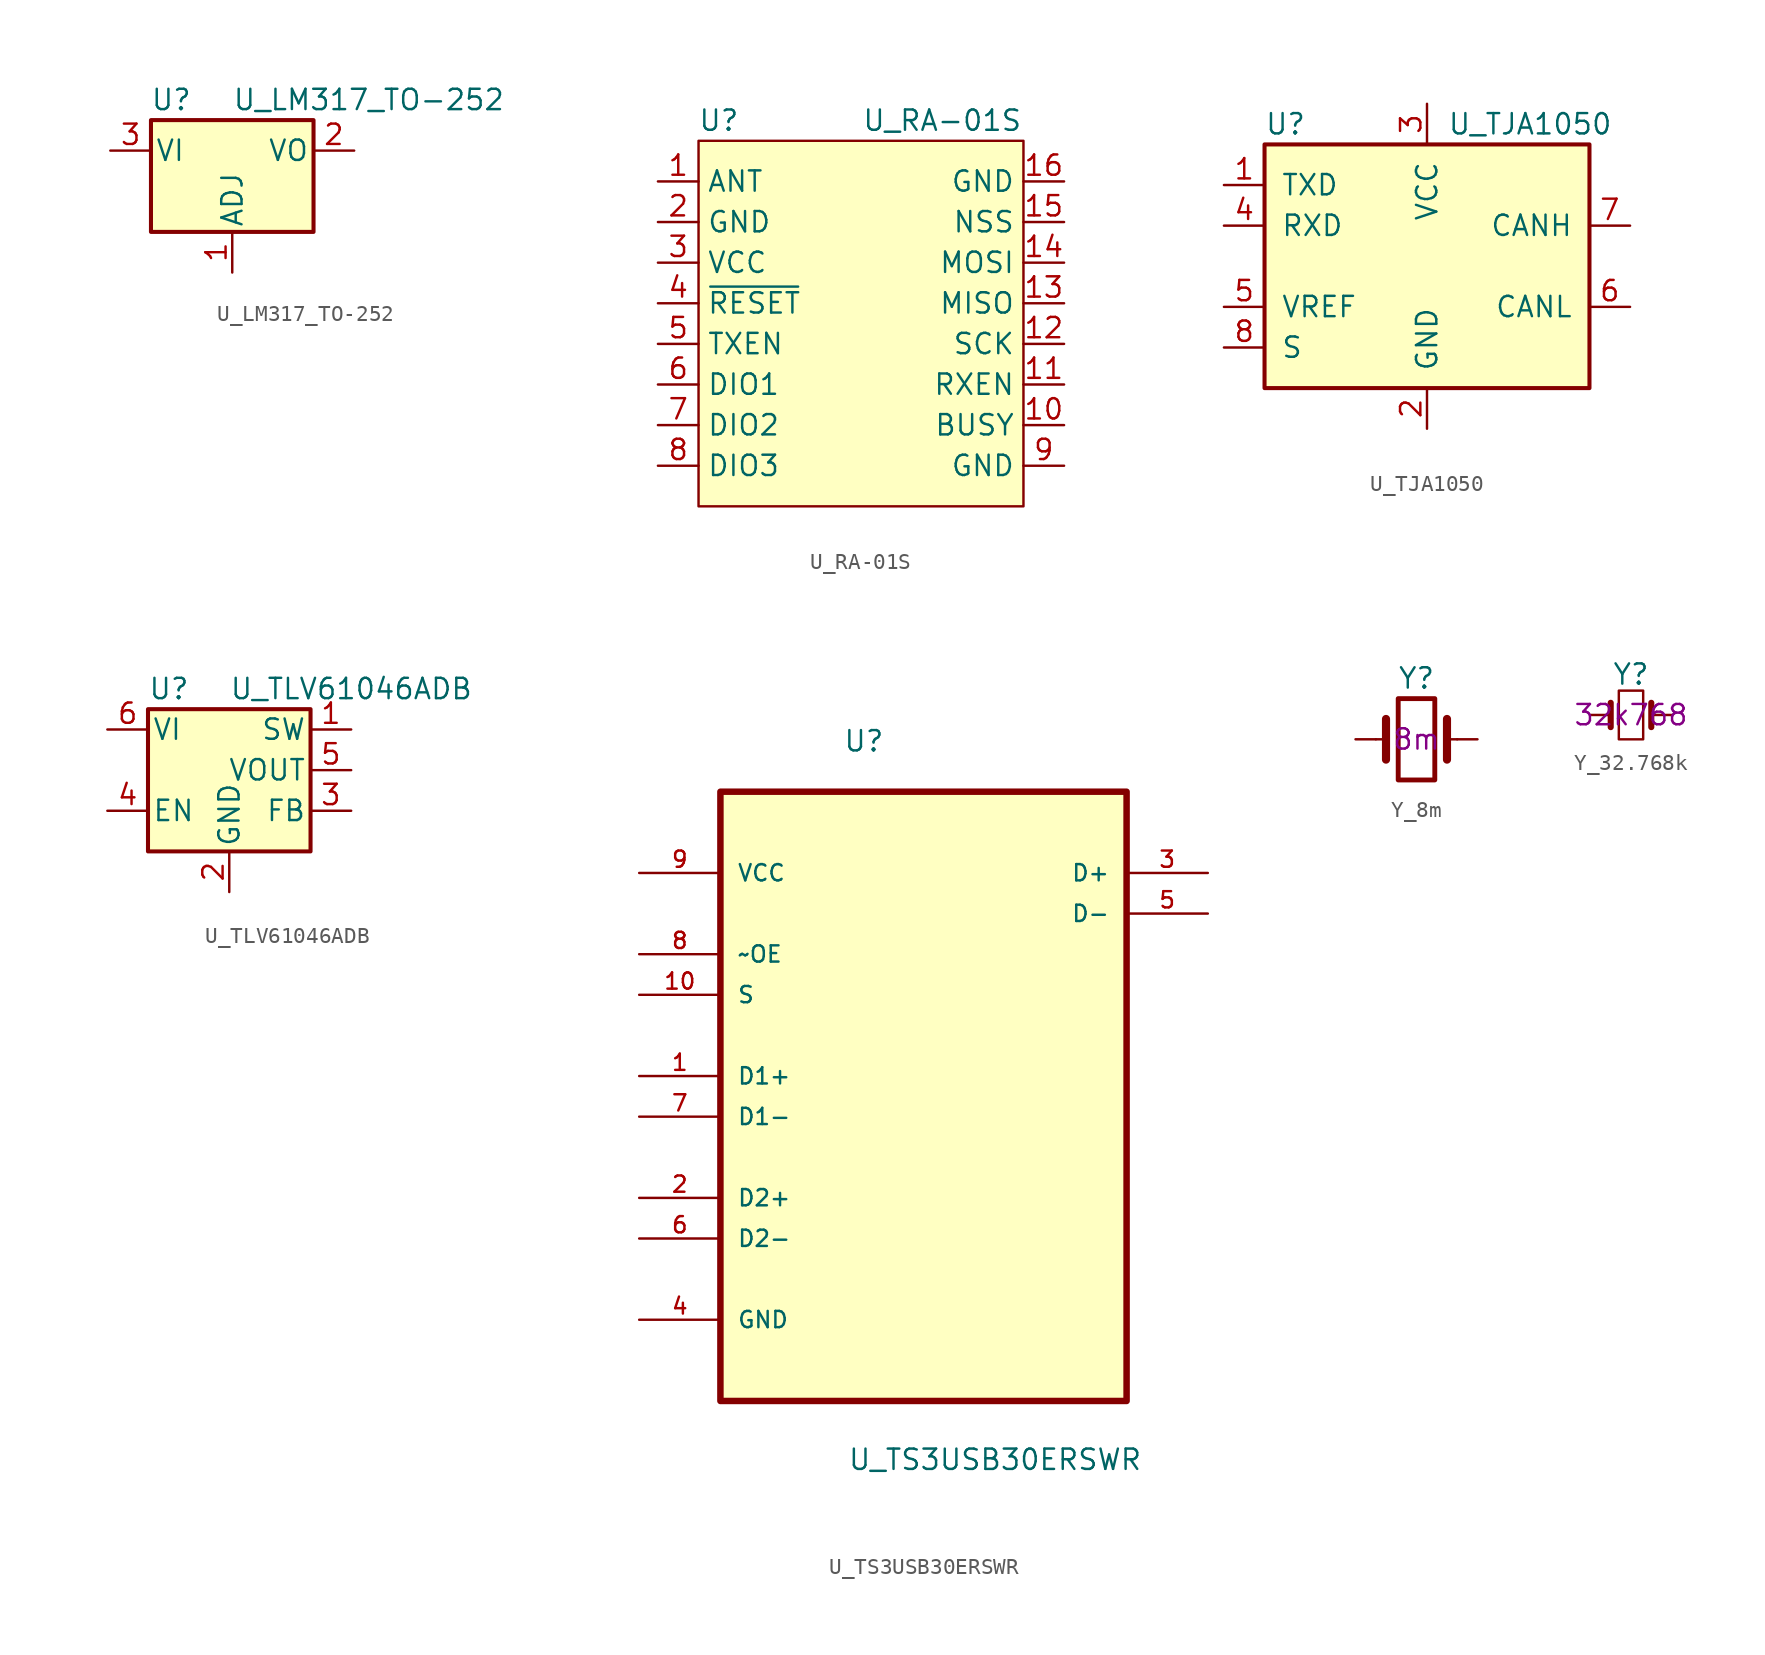
<source format=kicad_sym>
(kicad_symbol_lib
  (version 20211014)
  (generator kicad_symbol_editor)
  (symbol "U_LM317_TO-252"
    (pin_names
      (offset 0.254))
    (property "Reference" "U"
      (at -3.81 3.175 0)
      (effects (font (size 1.27 1.27))))
    (property "Value" "U_LM317_TO-252"
      (at 0 3.175 0)
      (effects (font (size 1.27 1.27)) (justify left)))
    (symbol "U_LM317_TO-252_0_1"
      (rectangle (start -5.08 1.905) (end 5.08 -5.08) (stroke (width 0.254) (type default) (color 0 0 0 0)) (fill (type background))))
    (symbol "U_LM317_TO-252_1_1"
      (pin input line (at 0 -7.62 90) (length 2.54) (name "ADJ" (effects (font (size 1.27 1.27)))) (number "1" (effects (font (size 1.27 1.27)))))
      (pin power_out line (at 7.62 0 180) (length 2.54) (name "VO" (effects (font (size 1.27 1.27)))) (number "2" (effects (font (size 1.27 1.27)))))
      (pin power_in line (at -7.62 0 0) (length 2.54) (name "VI" (effects (font (size 1.27 1.27)))) (number "3" (effects (font (size 1.27 1.27)))))))
  (symbol "U_RA-01S"
    (property "Reference" "U"
      (at -8.89 12.7 0)
      (effects (font (size 1.27 1.27))))
    (property "Value" "U_RA-01S"
      (at 5.08 12.7 0)
      (effects (font (size 1.27 1.27))))
    (symbol "U_RA-01S_0_0"
      (pin passive line (at -12.7 8.89 0) (length 2.54) (name "ANT" (effects (font (size 1.27 1.27)))) (number "1" (effects (font (size 1.27 1.27)))))
      (pin output line (at 12.7 -6.35 180) (length 2.54) (name "BUSY" (effects (font (size 1.27 1.27)))) (number "10" (effects (font (size 1.27 1.27)))))
      (pin output line (at 12.7 -3.81 180) (length 2.54) (name "RXEN" (effects (font (size 1.27 1.27)))) (number "11" (effects (font (size 1.27 1.27)))))
      (pin input line (at 12.7 -1.27 180) (length 2.54) (name "SCK" (effects (font (size 1.27 1.27)))) (number "12" (effects (font (size 1.27 1.27)))))
      (pin output line (at 12.7 1.27 180) (length 2.54) (name "MISO" (effects (font (size 1.27 1.27)))) (number "13" (effects (font (size 1.27 1.27)))))
      (pin input line (at 12.7 3.81 180) (length 2.54) (name "MOSI" (effects (font (size 1.27 1.27)))) (number "14" (effects (font (size 1.27 1.27)))))
      (pin input line (at 12.7 6.35 180) (length 2.54) (name "NSS" (effects (font (size 1.27 1.27)))) (number "15" (effects (font (size 1.27 1.27)))))
      (pin power_in line (at 12.7 8.89 180) (length 2.54) (name "GND" (effects (font (size 1.27 1.27)))) (number "16" (effects (font (size 1.27 1.27)))))
      (pin power_in line (at -12.7 6.35 0) (length 2.54) (name "GND" (effects (font (size 1.27 1.27)))) (number "2" (effects (font (size 1.27 1.27)))))
      (pin power_in line (at -12.7 3.81 0) (length 2.54) (name "VCC" (effects (font (size 1.27 1.27)))) (number "3" (effects (font (size 1.27 1.27)))))
      (pin input line (at -12.7 1.27 0) (length 2.54) (name "~{RESET}" (effects (font (size 1.27 1.27)))) (number "4" (effects (font (size 1.27 1.27)))))
      (pin input line (at -12.7 -1.27 0) (length 2.54) (name "TXEN" (effects (font (size 1.27 1.27)))) (number "5" (effects (font (size 1.27 1.27)))))
      (pin bidirectional line (at -12.7 -3.81 0) (length 2.54) (name "DIO1" (effects (font (size 1.27 1.27)))) (number "6" (effects (font (size 1.27 1.27)))))
      (pin bidirectional line (at -12.7 -6.35 0) (length 2.54) (name "DIO2" (effects (font (size 1.27 1.27)))) (number "7" (effects (font (size 1.27 1.27)))))
      (pin bidirectional line (at -12.7 -8.89 0) (length 2.54) (name "DIO3" (effects (font (size 1.27 1.27)))) (number "8" (effects (font (size 1.27 1.27)))))
      (pin power_in line (at 12.7 -8.89 180) (length 2.54) (name "GND" (effects (font (size 1.27 1.27)))) (number "9" (effects (font (size 1.27 1.27))))))
    (symbol "U_RA-01S_0_1"
      (rectangle (start -10.16 11.43) (end 10.16 -11.43) (stroke (width 0) (type default) (color 0 0 0 0)) (fill (type background)))))
  (symbol "U_TJA1050"
    (pin_names
      (offset 1.016))
    (property "Reference" "U"
      (at -10.16 8.89 0)
      (effects (font (size 1.27 1.27)) (justify left)))
    (property "Value" "U_TJA1050"
      (at 1.27 8.89 0)
      (effects (font (size 1.27 1.27)) (justify left)))
    (symbol "U_TJA1050_0_1"
      (rectangle (start -10.16 7.62) (end 10.16 -7.62) (stroke (width 0.254) (type default) (color 0 0 0 0)) (fill (type background))))
    (symbol "U_TJA1050_1_1"
      (pin input line (at -12.7 5.08 0) (length 2.54) (name "TXD" (effects (font (size 1.27 1.27)))) (number "1" (effects (font (size 1.27 1.27)))))
      (pin power_in line (at 0 -10.16 90) (length 2.54) (name "GND" (effects (font (size 1.27 1.27)))) (number "2" (effects (font (size 1.27 1.27)))))
      (pin power_in line (at 0 10.16 270) (length 2.54) (name "VCC" (effects (font (size 1.27 1.27)))) (number "3" (effects (font (size 1.27 1.27)))))
      (pin output line (at -12.7 2.54 0) (length 2.54) (name "RXD" (effects (font (size 1.27 1.27)))) (number "4" (effects (font (size 1.27 1.27)))))
      (pin input line (at -12.7 -2.54 0) (length 2.54) (name "VREF" (effects (font (size 1.27 1.27)))) (number "5" (effects (font (size 1.27 1.27)))))
      (pin bidirectional line (at 12.7 -2.54 180) (length 2.54) (name "CANL" (effects (font (size 1.27 1.27)))) (number "6" (effects (font (size 1.27 1.27)))))
      (pin bidirectional line (at 12.7 2.54 180) (length 2.54) (name "CANH" (effects (font (size 1.27 1.27)))) (number "7" (effects (font (size 1.27 1.27)))))
      (pin input line (at -12.7 -5.08 0) (length 2.54) (name "S" (effects (font (size 1.27 1.27)))) (number "8" (effects (font (size 1.27 1.27)))))))
  (symbol "U_TLV61046ADB"
    (pin_names
      (offset 0.254))
    (property "Reference" "U"
      (at -5.08 7.62 0)
      (effects (font (size 1.27 1.27)) (justify left)))
    (property "Value" "U_TLV61046ADB"
      (at 0 7.62 0)
      (effects (font (size 1.27 1.27)) (justify left)))
    (symbol "U_TLV61046ADB_0_1"
      (rectangle (start -5.08 6.35) (end 5.08 -2.54) (stroke (width 0.254) (type default) (color 0 0 0 0)) (fill (type background))))
    (symbol "U_TLV61046ADB_1_1"
      (pin power_in line (at 7.62 5.08 180) (length 2.54) (name "SW" (effects (font (size 1.27 1.27)))) (number "1" (effects (font (size 1.27 1.27)))))
      (pin power_in line (at 0 -5.08 90) (length 2.54) (name "GND" (effects (font (size 1.27 1.27)))) (number "2" (effects (font (size 1.27 1.27)))))
      (pin input line (at 7.62 0 180) (length 2.54) (name "FB" (effects (font (size 1.27 1.27)))) (number "3" (effects (font (size 1.27 1.27)))))
      (pin input line (at -7.62 0 0) (length 2.54) (name "EN" (effects (font (size 1.27 1.27)))) (number "4" (effects (font (size 1.27 1.27)))))
      (pin power_out line (at 7.62 2.54 180) (length 2.54) (name "VOUT" (effects (font (size 1.27 1.27)))) (number "5" (effects (font (size 1.27 1.27)))))
      (pin power_in line (at -7.62 5.08 0) (length 2.54) (name "VI" (effects (font (size 1.27 1.27)))) (number "6" (effects (font (size 1.27 1.27)))))))
  (symbol "U_TS3USB30ERSWR"
    (pin_names
      (offset 1.016))
    (property "Reference" "U"
      (at -5.039 17.662 0)
      (effects (font (size 1.27 1.27)) (justify left bottom)))
    (property "Value" "U_TS3USB30ERSWR"
      (at -4.757 -27.27 0)
      (effects (font (size 1.27 1.27)) (justify left bottom)))
    (symbol "U_TS3USB30ERSWR_0_0"
      (rectangle (start -12.7 -22.86) (end 12.7 15.24) (stroke (width 0.406) (type default) (color 0 0 0 0)) (fill (type background)))
      (pin bidirectional line (at -17.78 -2.54 0) (length 5.08) (name "D1+" (effects (font (size 1.016 1.016)))) (number "1" (effects (font (size 1.016 1.016)))))
      (pin input line (at -17.78 2.54 0) (length 5.08) (name "S" (effects (font (size 1.016 1.016)))) (number "10" (effects (font (size 1.016 1.016)))))
      (pin bidirectional line (at -17.78 -10.16 0) (length 5.08) (name "D2+" (effects (font (size 1.016 1.016)))) (number "2" (effects (font (size 1.016 1.016)))))
      (pin bidirectional line (at 17.78 10.16 180) (length 5.08) (name "D+" (effects (font (size 1.016 1.016)))) (number "3" (effects (font (size 1.016 1.016)))))
      (pin passive line (at -17.78 -17.78 0) (length 5.08) (name "GND" (effects (font (size 1.016 1.016)))) (number "4" (effects (font (size 1.016 1.016)))))
      (pin bidirectional line (at 17.78 7.62 180) (length 5.08) (name "D-" (effects (font (size 1.016 1.016)))) (number "5" (effects (font (size 1.016 1.016)))))
      (pin bidirectional line (at -17.78 -12.7 0) (length 5.08) (name "D2-" (effects (font (size 1.016 1.016)))) (number "6" (effects (font (size 1.016 1.016)))))
      (pin bidirectional line (at -17.78 -5.08 0) (length 5.08) (name "D1-" (effects (font (size 1.016 1.016)))) (number "7" (effects (font (size 1.016 1.016)))))
      (pin input line (at -17.78 5.08 0) (length 5.08) (name "~OE" (effects (font (size 1.016 1.016)))) (number "8" (effects (font (size 1.016 1.016)))))
      (pin power_in line (at -17.78 10.16 0) (length 5.08) (name "VCC" (effects (font (size 1.016 1.016)))) (number "9" (effects (font (size 1.016 1.016)))))))
  (symbol "Y_8m"
    (pin_numbers hide)
    (pin_names
      (offset 1.016) hide)
    (property "Reference" "Y"
      (at 0 3.81 0)
      (effects (font (size 1.27 1.27))))
    (property "Frequency" "8m"
      (at 0 0 0)
      (effects (font (size 1.27 1.27))))
    (symbol "Y_8m_0_1"
      (rectangle (start -1.143 2.54) (end 1.143 -2.54) (stroke (width 0.305) (type default) (color 0 0 0 0)) (fill (type none)))
      (polyline (pts (xy -2.54 0) (xy -1.905 0)) (stroke (width 0) (type default) (color 0 0 0 0)) (fill (type none)))
      (polyline (pts (xy -1.905 -1.27) (xy -1.905 1.27)) (stroke (width 0.508) (type default) (color 0 0 0 0)) (fill (type none)))
      (polyline (pts (xy 1.905 -1.27) (xy 1.905 1.27)) (stroke (width 0.508) (type default) (color 0 0 0 0)) (fill (type none)))
      (polyline (pts (xy 2.54 0) (xy 1.905 0)) (stroke (width 0) (type default) (color 0 0 0 0)) (fill (type none))))
    (symbol "Y_8m_1_1"
      (pin passive line (at -3.81 0 0) (length 1.27) (name "1" (effects (font (size 1.27 1.27)))) (number "1" (effects (font (size 1.27 1.27)))))
      (pin passive line (at 3.81 0 180) (length 1.27) (name "2" (effects (font (size 1.27 1.27)))) (number "2" (effects (font (size 1.27 1.27)))))))
  (symbol "Y_32.768k"
    (pin_numbers hide)
    (pin_names
      (offset 1.016) hide)
    (property "Reference" "Y"
      (at 0 2.54 0)
      (effects (font (size 1.27 1.27))))
    (property "Frequency" "32k768"
      (at 0 0 0)
      (effects (font (size 1.27 1.27))))
    (symbol "Y_32.768k_0_1"
      (rectangle (start -0.762 -1.524) (end 0.762 1.524) (stroke (width 0) (type default) (color 0 0 0 0)) (fill (type none)))
      (polyline (pts (xy -1.27 -0.762) (xy -1.27 0.762)) (stroke (width 0.381) (type default) (color 0 0 0 0)) (fill (type none)))
      (polyline (pts (xy 1.27 -0.762) (xy 1.27 0.762)) (stroke (width 0.381) (type default) (color 0 0 0 0)) (fill (type none))))
    (symbol "Y_32.768k_1_1"
      (pin passive line (at -2.54 0 0) (length 1.27) (name "1" (effects (font (size 1.27 1.27)))) (number "1" (effects (font (size 1.27 1.27)))))
      (pin passive line (at 2.54 0 180) (length 1.27) (name "2" (effects (font (size 1.27 1.27)))) (number "2" (effects (font (size 1.27 1.27))))))))
</source>
